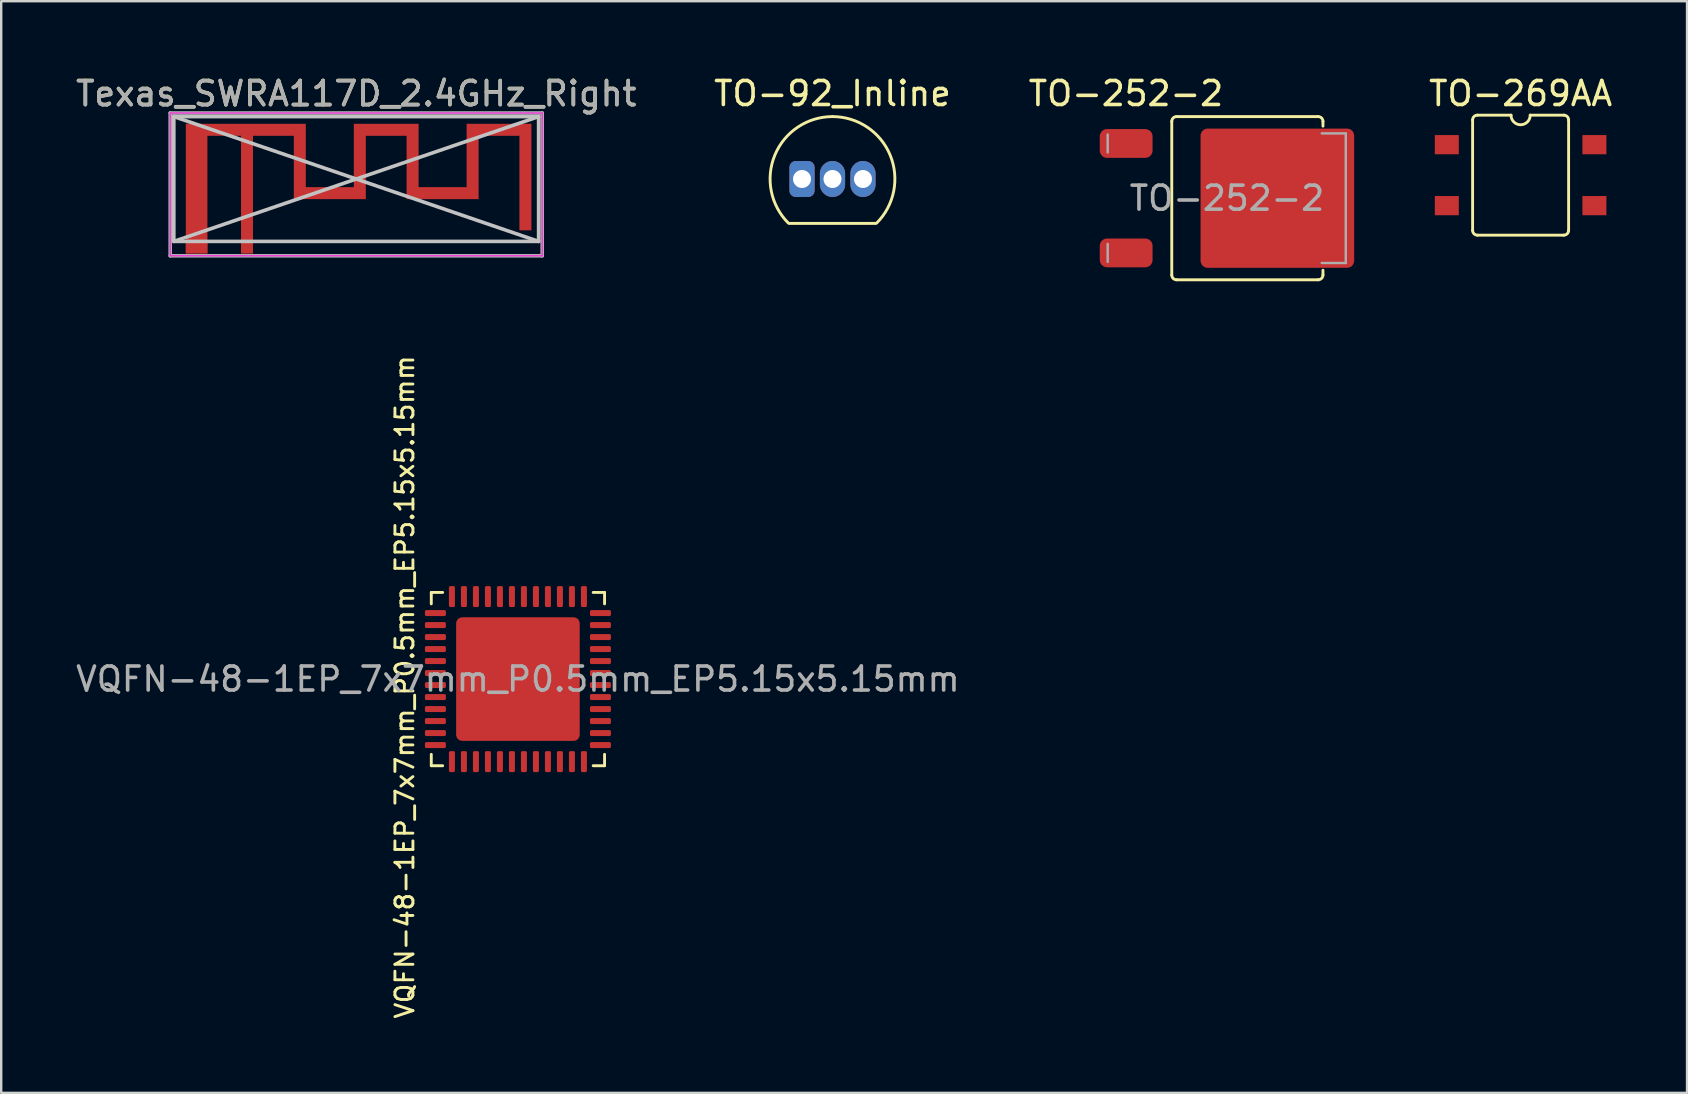
<source format=kicad_pcb>
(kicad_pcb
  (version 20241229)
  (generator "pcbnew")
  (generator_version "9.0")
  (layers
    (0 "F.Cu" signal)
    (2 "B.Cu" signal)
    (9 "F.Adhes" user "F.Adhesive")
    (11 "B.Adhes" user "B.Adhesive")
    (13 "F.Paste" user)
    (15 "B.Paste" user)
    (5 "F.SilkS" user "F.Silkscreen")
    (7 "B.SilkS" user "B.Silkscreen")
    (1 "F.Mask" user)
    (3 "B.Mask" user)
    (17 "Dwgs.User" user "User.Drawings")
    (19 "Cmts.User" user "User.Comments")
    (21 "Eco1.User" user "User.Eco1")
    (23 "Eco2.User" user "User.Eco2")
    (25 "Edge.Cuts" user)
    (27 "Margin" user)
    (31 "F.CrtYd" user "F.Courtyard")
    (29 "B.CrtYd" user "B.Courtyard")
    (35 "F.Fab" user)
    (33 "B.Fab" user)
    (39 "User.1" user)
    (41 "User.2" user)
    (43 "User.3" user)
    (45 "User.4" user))
  (footprint "VQFN-48-1EP_7x7mm_P0.5mm_EP5.15x5.15mm"
    (layer "F.Cu")
    (at 18.53 25.245)
    (property "Reference" "VQFN-48-1EP_7x7mm_P0.5mm_EP5.15x5.15mm" (at -4.716 0.331 270) (layer "F.SilkS") (effects (font (size 0.75 0.75) (thickness 0.12))))
    (attr smd)
    (fp_line (start -3.61 -3.61) (end -3.61 -3.135) (stroke (width 0.12) (type solid)) (layer "F.SilkS"))
    (fp_line (start -3.61 3.61) (end -3.61 3.135) (stroke (width 0.12) (type solid)) (layer "F.SilkS"))
    (fp_line (start -3.135 -3.61) (end -3.61 -3.61) (stroke (width 0.12) (type solid)) (layer "F.SilkS"))
    (fp_line (start -3.135 3.61) (end -3.61 3.61) (stroke (width 0.12) (type solid)) (layer "F.SilkS"))
    (fp_line (start 3.135 -3.61) (end 3.61 -3.61) (stroke (width 0.12) (type solid)) (layer "F.SilkS"))
    (fp_line (start 3.135 3.61) (end 3.61 3.61) (stroke (width 0.12) (type solid)) (layer "F.SilkS"))
    (fp_line (start 3.61 -3.61) (end 3.61 -3.135) (stroke (width 0.12) (type solid)) (layer "F.SilkS"))
    (fp_line (start 3.61 3.61) (end 3.61 3.135) (stroke (width 0.12) (type solid)) (layer "F.SilkS"))
    (fp_text user "${REFERENCE}" (at 0 0 180) (layer "F.Fab") (effects (font (size 1 1) (thickness 0.15))))
    (pad "" smd roundrect (at -1.29 -1.29) (size 2.08 2.08) (layers "F.Paste") (roundrect_rratio 0.12))
    (pad "" smd roundrect (at -1.29 1.29) (size 2.08 2.08) (layers "F.Paste") (roundrect_rratio 0.12))
    (pad "" smd roundrect (at 1.29 -1.29) (size 2.08 2.08) (layers "F.Paste") (roundrect_rratio 0.12))
    (pad "" smd roundrect (at 1.29 1.29) (size 2.08 2.08) (layers "F.Paste") (roundrect_rratio 0.12))
    (pad "1" smd roundrect (at -3.438 -2.75) (size 0.875 0.25) (layers "F.Cu" "F.Mask" "F.Paste") (roundrect_rratio 0.25))
    (pad "2" smd roundrect (at -3.438 -2.25) (size 0.875 0.25) (layers "F.Cu" "F.Mask" "F.Paste") (roundrect_rratio 0.25))
    (pad "3" smd roundrect (at -3.438 -1.75) (size 0.875 0.25) (layers "F.Cu" "F.Mask" "F.Paste") (roundrect_rratio 0.25))
    (pad "4" smd roundrect (at -3.438 -1.25) (size 0.875 0.25) (layers "F.Cu" "F.Mask" "F.Paste") (roundrect_rratio 0.25))
    (pad "5" smd roundrect (at -3.438 -0.75) (size 0.875 0.25) (layers "F.Cu" "F.Mask" "F.Paste") (roundrect_rratio 0.25))
    (pad "6" smd roundrect (at -3.438 -0.25) (size 0.875 0.25) (layers "F.Cu" "F.Mask" "F.Paste") (roundrect_rratio 0.25))
    (pad "7" smd roundrect (at -3.438 0.25) (size 0.875 0.25) (layers "F.Cu" "F.Mask" "F.Paste") (roundrect_rratio 0.25))
    (pad "8" smd roundrect (at -3.438 0.75) (size 0.875 0.25) (layers "F.Cu" "F.Mask" "F.Paste") (roundrect_rratio 0.25))
    (pad "9" smd roundrect (at -3.438 1.25) (size 0.875 0.25) (layers "F.Cu" "F.Mask" "F.Paste") (roundrect_rratio 0.25))
    (pad "10" smd roundrect (at -3.438 1.75) (size 0.875 0.25) (layers "F.Cu" "F.Mask" "F.Paste") (roundrect_rratio 0.25))
    (pad "11" smd roundrect (at -3.438 2.25) (size 0.875 0.25) (layers "F.Cu" "F.Mask" "F.Paste") (roundrect_rratio 0.25))
    (pad "12" smd roundrect (at -3.438 2.75) (size 0.875 0.25) (layers "F.Cu" "F.Mask" "F.Paste") (roundrect_rratio 0.25))
    (pad "13" smd roundrect (at -2.75 3.438) (size 0.25 0.875) (layers "F.Cu" "F.Mask" "F.Paste") (roundrect_rratio 0.25))
    (pad "14" smd roundrect (at -2.25 3.438) (size 0.25 0.875) (layers "F.Cu" "F.Mask" "F.Paste") (roundrect_rratio 0.25))
    (pad "15" smd roundrect (at -1.75 3.438) (size 0.25 0.875) (layers "F.Cu" "F.Mask" "F.Paste") (roundrect_rratio 0.25))
    (pad "16" smd roundrect (at -1.25 3.438) (size 0.25 0.875) (layers "F.Cu" "F.Mask" "F.Paste") (roundrect_rratio 0.25))
    (pad "17" smd roundrect (at -0.75 3.438) (size 0.25 0.875) (layers "F.Cu" "F.Mask" "F.Paste") (roundrect_rratio 0.25))
    (pad "18" smd roundrect (at -0.25 3.438) (size 0.25 0.875) (layers "F.Cu" "F.Mask" "F.Paste") (roundrect_rratio 0.25))
    (pad "19" smd roundrect (at 0.25 3.438) (size 0.25 0.875) (layers "F.Cu" "F.Mask" "F.Paste") (roundrect_rratio 0.25))
    (pad "20" smd roundrect (at 0.75 3.438) (size 0.25 0.875) (layers "F.Cu" "F.Mask" "F.Paste") (roundrect_rratio 0.25))
    (pad "21" smd roundrect (at 1.25 3.438) (size 0.25 0.875) (layers "F.Cu" "F.Mask" "F.Paste") (roundrect_rratio 0.25))
    (pad "22" smd roundrect (at 1.75 3.438) (size 0.25 0.875) (layers "F.Cu" "F.Mask" "F.Paste") (roundrect_rratio 0.25))
    (pad "23" smd roundrect (at 2.25 3.438) (size 0.25 0.875) (layers "F.Cu" "F.Mask" "F.Paste") (roundrect_rratio 0.25))
    (pad "24" smd roundrect (at 2.75 3.438) (size 0.25 0.875) (layers "F.Cu" "F.Mask" "F.Paste") (roundrect_rratio 0.25))
    (pad "25" smd roundrect (at 3.438 2.75) (size 0.875 0.25) (layers "F.Cu" "F.Mask" "F.Paste") (roundrect_rratio 0.25))
    (pad "26" smd roundrect (at 3.438 2.25) (size 0.875 0.25) (layers "F.Cu" "F.Mask" "F.Paste") (roundrect_rratio 0.25))
    (pad "27" smd roundrect (at 3.438 1.75) (size 0.875 0.25) (layers "F.Cu" "F.Mask" "F.Paste") (roundrect_rratio 0.25))
    (pad "28" smd roundrect (at 3.438 1.25) (size 0.875 0.25) (layers "F.Cu" "F.Mask" "F.Paste") (roundrect_rratio 0.25))
    (pad "29" smd roundrect (at 3.438 0.75) (size 0.875 0.25) (layers "F.Cu" "F.Mask" "F.Paste") (roundrect_rratio 0.25))
    (pad "30" smd roundrect (at 3.438 0.25) (size 0.875 0.25) (layers "F.Cu" "F.Mask" "F.Paste") (roundrect_rratio 0.25))
    (pad "31" smd roundrect (at 3.438 -0.25) (size 0.875 0.25) (layers "F.Cu" "F.Mask" "F.Paste") (roundrect_rratio 0.25))
    (pad "32" smd roundrect (at 3.438 -0.75) (size 0.875 0.25) (layers "F.Cu" "F.Mask" "F.Paste") (roundrect_rratio 0.25))
    (pad "33" smd roundrect (at 3.438 -1.25) (size 0.875 0.25) (layers "F.Cu" "F.Mask" "F.Paste") (roundrect_rratio 0.25))
    (pad "34" smd roundrect (at 3.438 -1.75) (size 0.875 0.25) (layers "F.Cu" "F.Mask" "F.Paste") (roundrect_rratio 0.25))
    (pad "35" smd roundrect (at 3.438 -2.25) (size 0.875 0.25) (layers "F.Cu" "F.Mask" "F.Paste") (roundrect_rratio 0.25))
    (pad "36" smd roundrect (at 3.438 -2.75) (size 0.875 0.25) (layers "F.Cu" "F.Mask" "F.Paste") (roundrect_rratio 0.25))
    (pad "37" smd roundrect (at 2.75 -3.438) (size 0.25 0.875) (layers "F.Cu" "F.Mask" "F.Paste") (roundrect_rratio 0.25))
    (pad "38" smd roundrect (at 2.25 -3.438) (size 0.25 0.875) (layers "F.Cu" "F.Mask" "F.Paste") (roundrect_rratio 0.25))
    (pad "39" smd roundrect (at 1.75 -3.438) (size 0.25 0.875) (layers "F.Cu" "F.Mask" "F.Paste") (roundrect_rratio 0.25))
    (pad "40" smd roundrect (at 1.25 -3.438) (size 0.25 0.875) (layers "F.Cu" "F.Mask" "F.Paste") (roundrect_rratio 0.25))
    (pad "41" smd roundrect (at 0.75 -3.438) (size 0.25 0.875) (layers "F.Cu" "F.Mask" "F.Paste") (roundrect_rratio 0.25))
    (pad "42" smd roundrect (at 0.25 -3.438) (size 0.25 0.875) (layers "F.Cu" "F.Mask" "F.Paste") (roundrect_rratio 0.25))
    (pad "43" smd roundrect (at -0.25 -3.438) (size 0.25 0.875) (layers "F.Cu" "F.Mask" "F.Paste") (roundrect_rratio 0.25))
    (pad "44" smd roundrect (at -0.75 -3.438) (size 0.25 0.875) (layers "F.Cu" "F.Mask" "F.Paste") (roundrect_rratio 0.25))
    (pad "45" smd roundrect (at -1.25 -3.438) (size 0.25 0.875) (layers "F.Cu" "F.Mask" "F.Paste") (roundrect_rratio 0.25))
    (pad "46" smd roundrect (at -1.75 -3.438) (size 0.25 0.875) (layers "F.Cu" "F.Mask" "F.Paste") (roundrect_rratio 0.25))
    (pad "47" smd roundrect (at -2.25 -3.438) (size 0.25 0.875) (layers "F.Cu" "F.Mask" "F.Paste") (roundrect_rratio 0.25))
    (pad "48" smd roundrect (at -2.75 -3.438) (size 0.25 0.875) (layers "F.Cu" "F.Mask" "F.Paste") (roundrect_rratio 0.25))
    (pad "49" smd roundrect (at 0 0) (size 5.15 5.15) (layers "F.Cu" "F.Mask") (roundrect_rratio 0.049)))
  (footprint "TO-269AA"
    (layer "F.Cu")
    (at 60.308 4.248)
    (property "Reference" "TO-269AA" (at 0 -3.4 180) (layer "F.SilkS") (effects (font (size 1 1) (thickness 0.15))))
    (attr smd)
    (fp_line (start -2 2.3) (end -2 -2.3) (stroke (width 0.12) (type solid)) (layer "F.SilkS"))
    (fp_line (start -1.8 2.5) (end 1.8 2.5) (stroke (width 0.12) (type solid)) (layer "F.SilkS"))
    (fp_line (start -0.4 -2.5) (end -1.8 -2.5) (stroke (width 0.12) (type solid)) (layer "F.SilkS"))
    (fp_line (start 0.4 -2.5) (end 1.8 -2.5) (stroke (width 0.12) (type solid)) (layer "F.SilkS"))
    (fp_line (start 2 -2.3) (end 2 2.3) (stroke (width 0.12) (type solid)) (layer "F.SilkS"))
    (fp_arc (start -2 -2.3) (mid -1.941421 -2.441421) (end -1.8 -2.5) (stroke (width 0.12) (type solid)) (layer "F.SilkS"))
    (fp_arc (start -1.8 2.5) (mid -1.941421 2.441421) (end -2 2.3) (stroke (width 0.12) (type solid)) (layer "F.SilkS"))
    (fp_arc (start 0.4 -2.5) (mid 0 -2.1) (end -0.4 -2.5) (stroke (width 0.12) (type solid)) (layer "F.SilkS"))
    (fp_arc (start 1.8 -2.5) (mid 1.941421 -2.441421) (end 2 -2.3) (stroke (width 0.12) (type solid)) (layer "F.SilkS"))
    (fp_arc (start 2 2.3) (mid 1.941421 2.441421) (end 1.8 2.5) (stroke (width 0.12) (type solid)) (layer "F.SilkS"))
    (pad "1" smd rect (at -3.075 -1.27) (size 1 0.8) (layers "F.Cu" "F.Mask" "F.Paste"))
    (pad "2" smd rect (at -3.075 1.27) (size 1 0.8) (layers "F.Cu" "F.Mask" "F.Paste"))
    (pad "3" smd rect (at 3.075 1.27) (size 1 0.8) (layers "F.Cu" "F.Mask" "F.Paste"))
    (pad "4" smd rect (at 3.075 -1.27) (size 1 0.8) (layers "F.Cu" "F.Mask" "F.Paste")))
  (footprint "TO-92_Inline"
    (layer "F.Cu")
    (at 30.367 4.408)
    (property "Reference" "TO-92_Inline" (at 1.27 -3.56 0) (layer "F.SilkS") (effects (font (size 1 1) (thickness 0.15))))
    (attr through_hole)
    (fp_line (start -0.53 1.85) (end 3.07 1.85) (stroke (width 0.12) (type solid)) (layer "F.SilkS"))
    (fp_arc (start -0.568478 1.838478) (mid -1.132087 -0.994977) (end 1.27 -2.6) (stroke (width 0.12) (type solid)) (layer "F.SilkS"))
    (fp_arc (start 1.27 -2.6) (mid 3.672087 -0.994977) (end 3.108478 1.838478) (stroke (width 0.12) (type solid)) (layer "F.SilkS"))
    (pad "1" thru_hole roundrect (at 0 0) (size 1.05 1.5) (drill 0.75) (layers "*.Cu" "*.Mask") (roundrect_rratio 0.25))
    (pad "2" thru_hole oval (at 1.27 0) (size 1.05 1.5) (drill 0.75) (layers "*.Cu" "*.Mask"))
    (pad "3" thru_hole oval (at 2.54 0) (size 1.05 1.5) (drill 0.75) (layers "*.Cu" "*.Mask")))
  (footprint "TO-252-2"
    (layer "F.Cu")
    (at 48.073 5.208)
    (property "Reference" "TO-252-2" (at -4.21 -4.36 180) (layer "F.SilkS") (effects (font (size 1 1) (thickness 0.15))))
    (attr smd)
    (fp_line (start -2.3 -3.2) (end -2.3 3.2) (stroke (width 0.12) (type solid)) (layer "F.SilkS"))
    (fp_line (start -2.1 3.4) (end 3.8 3.4) (stroke (width 0.12) (type solid)) (layer "F.SilkS"))
    (fp_line (start 3.8 -3.4) (end -2.1 -3.4) (stroke (width 0.12) (type solid)) (layer "F.SilkS"))
    (fp_line (start 4 -3) (end 4 -3.2) (stroke (width 0.12) (type solid)) (layer "F.SilkS"))
    (fp_line (start 4 3.2) (end 4 3) (stroke (width 0.12) (type solid)) (layer "F.SilkS"))
    (fp_arc (start -2.3 -3.2) (mid -2.241421 -3.341421) (end -2.1 -3.4) (stroke (width 0.12) (type solid)) (layer "F.SilkS"))
    (fp_arc (start -2.1 3.4) (mid -2.241421 3.341421) (end -2.3 3.2) (stroke (width 0.12) (type solid)) (layer "F.SilkS"))
    (fp_arc (start 3.8 -3.4) (mid 3.941421 -3.341421) (end 4 -3.2) (stroke (width 0.12) (type solid)) (layer "F.SilkS"))
    (fp_arc (start 4 3.2) (mid 3.941421 3.341421) (end 3.8 3.4) (stroke (width 0.12) (type solid)) (layer "F.SilkS"))
    (fp_line (start -4.97 -2.655) (end -4.97 -1.905) (stroke (width 0.1) (type solid)) (layer "F.Fab"))
    (fp_line (start -4.97 1.905) (end -4.97 2.655) (stroke (width 0.1) (type solid)) (layer "F.Fab"))
    (fp_line (start 3.95 -2.7) (end 4.95 -2.7) (stroke (width 0.1) (type solid)) (layer "F.Fab"))
    (fp_line (start 4.95 -2.7) (end 4.95 2.7) (stroke (width 0.1) (type solid)) (layer "F.Fab"))
    (fp_line (start 4.95 2.7) (end 3.95 2.7) (stroke (width 0.1) (type solid)) (layer "F.Fab"))
    (fp_text user "${REFERENCE}" (at 0 0 180) (layer "F.Fab") (effects (font (size 1 1) (thickness 0.15))))
    (pad "" smd roundrect (at 0.425 -1.525) (size 3.05 2.75) (layers "F.Paste") (roundrect_rratio 0.1))
    (pad "" smd roundrect (at 0.425 1.525) (size 3.05 2.75) (layers "F.Paste") (roundrect_rratio 0.1))
    (pad "" smd roundrect (at 3.775 -1.525) (size 3.05 2.75) (layers "F.Paste") (roundrect_rratio 0.1))
    (pad "" smd roundrect (at 3.775 1.525) (size 3.05 2.75) (layers "F.Paste") (roundrect_rratio 0.1))
    (pad "1" smd roundrect (at -4.2 -2.28) (size 2.2 1.2) (layers "F.Cu" "F.Mask" "F.Paste") (roundrect_rratio 0.25))
    (pad "2" smd roundrect (at 2.1 0) (size 6.4 5.8) (layers "F.Cu" "F.Mask") (roundrect_rratio 0.05))
    (pad "3" smd roundrect (at -4.2 2.28) (size 2.2 1.2) (layers "F.Cu" "F.Mask" "F.Paste") (roundrect_rratio 0.25)))
  (footprint "Texas_SWRA117D_2.4GHz_Right"
    (layer "F.Cu")
    (at 7.242 7.258)
    (property "Reference" "Texas_SWRA117D_2.4GHz_Right" (at 4.55 -6.41 180) (layer "F.SilkS") (effects (font (size 1 1) (thickness 0.15))))
    (attr exclude_from_pos_files)
    (fp_poly (pts (xy 2.45 -2.51) (xy 4.45 -2.51) (xy 4.45 -5.15) (xy 7.15 -5.15) (xy 7.15 -2.51) (xy 9.15 -2.51) (xy 9.15 -5.15) (xy 11.85 -5.15) (xy 11.85 -0.71) (xy 11.35 -0.71) (xy 11.35 -4.65) (xy 9.65 -4.65) (xy 9.65 -2.01) (xy 6.65 -2.01) (xy 6.65 -4.65) (xy 4.95 -4.65) (xy 4.95 -2.01) (xy 1.95 -2.01) (xy 1.95 -4.65) (xy 0.25 -4.65) (xy 0.25 0.25) (xy -0.25 0.25) (xy -0.25 -4.65) (xy -1.65 -4.65) (xy -1.65 0.25) (xy -2.55 0.25) (xy -2.55 0.007) (xy -2.248 0.007) (xy -2.238 0.054) (xy -2.214 0.097) (xy -2.176 0.13) (xy -2.168 0.134) (xy -2.125 0.146) (xy -2.077 0.145) (xy -2.031 0.132) (xy -2.013 0.122) (xy -1.979 0.087) (xy -1.958 0.041) (xy -1.952 -0.008) (xy -1.96 -0.056) (xy -1.977 -0.089) (xy -2.012 -0.121) (xy -2.058 -0.141) (xy -2.107 -0.148) (xy -2.155 -0.14) (xy -2.188 -0.123) (xy -2.223 -0.086) (xy -2.243 -0.042) (xy -2.248 0.007) (xy -2.55 0.007) (xy -2.55 -5.15) (xy 2.45 -5.15) (xy 2.45 -2.51)) (stroke (width 0) (type solid)) (fill yes) (layer "F.Cu"))
    (fp_line (start -3.05 -5.45) (end 12.15 -5.45) (stroke (width 0.15) (type solid)) (layer "Dwgs.User"))
    (fp_line (start -3.05 -5.45) (end 12.15 -0.25) (stroke (width 0.15) (type solid)) (layer "Dwgs.User"))
    (fp_line (start -3.05 -0.25) (end -3.05 -5.45) (stroke (width 0.15) (type solid)) (layer "Dwgs.User"))
    (fp_line (start -3.05 -0.25) (end 12.15 -5.45) (stroke (width 0.15) (type solid)) (layer "Dwgs.User"))
    (fp_line (start -3.05 -0.25) (end 12.15 -0.25) (stroke (width 0.15) (type solid)) (layer "Dwgs.User"))
    (fp_line (start 12.15 -0.25) (end 12.15 -5.45) (stroke (width 0.15) (type solid)) (layer "Dwgs.User"))
    (fp_line (start -3.2 -5.6) (end 12.3 -5.6) (stroke (width 0.05) (type solid)) (layer "F.CrtYd"))
    (fp_line (start -3.2 0.35) (end -3.2 -5.6) (stroke (width 0.05) (type solid)) (layer "F.CrtYd"))
    (fp_line (start 12.3 -5.6) (end 12.3 0.35) (stroke (width 0.05) (type solid)) (layer "F.CrtYd"))
    (fp_line (start 12.3 0.35) (end -3.2 0.35) (stroke (width 0.05) (type solid)) (layer "F.CrtYd"))
    (fp_line (start -3.2 -5.6) (end 12.3 -5.6) (stroke (width 0.15) (type solid)) (layer "F.Fab"))
    (fp_line (start -3.2 0.35) (end -3.2 -5.6) (stroke (width 0.15) (type solid)) (layer "F.Fab"))
    (fp_line (start 12.3 -5.6) (end 12.3 0.35) (stroke (width 0.15) (type solid)) (layer "F.Fab"))
    (fp_line (start 12.3 0.35) (end -3.2 0.35) (stroke (width 0.15) (type solid)) (layer "F.Fab"))
    (fp_text user "${REFERENCE}" (at 4.55 -6.4 180) (layer "F.Fab") (effects (font (size 1 1) (thickness 0.15))))
    (pad "1" connect rect (at 0 0) (size 0.5 0.5) (layers "F.Cu"))
    (pad "2" smd rect (at -2.1 0) (size 0.9 0.5) (layers "F.Cu" "F.Mask")))
  (gr_rect
    (start -3 -3)
    (end 67.242 42.485)
    (stroke (width 0.1) (type default))
    (fill no)
    (layer "Edge.Cuts")))
</source>
